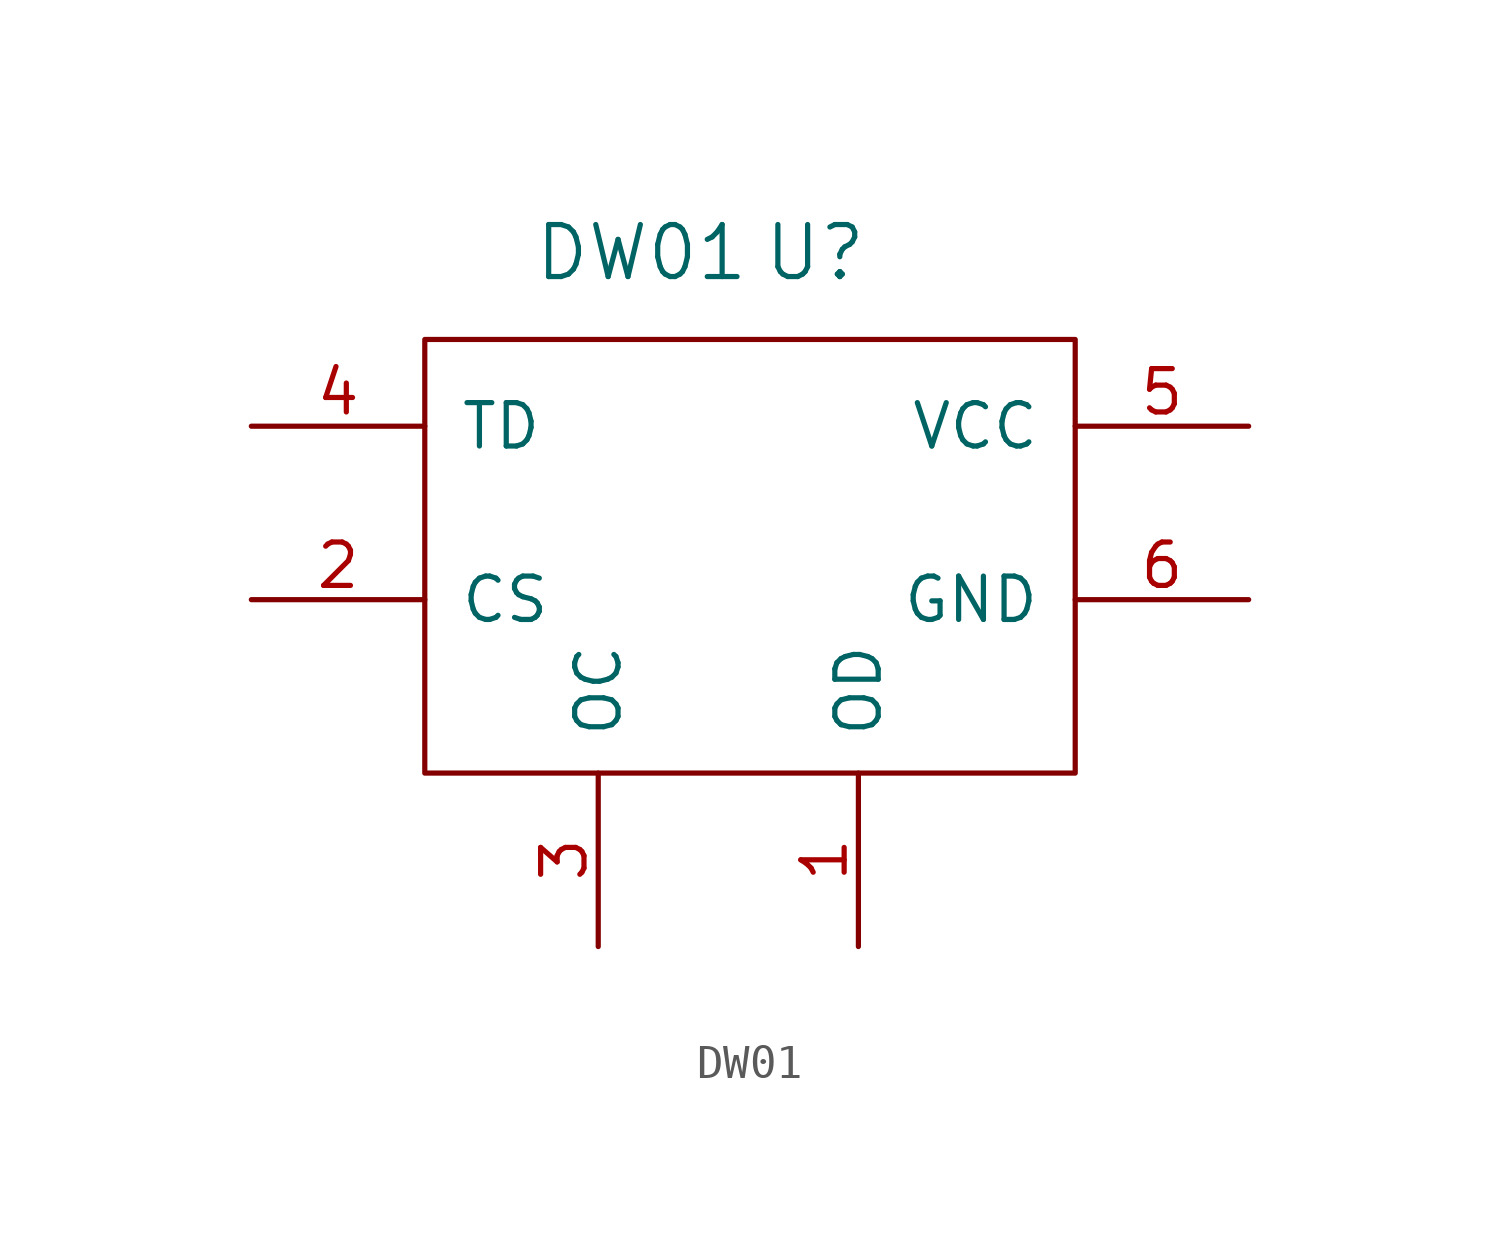
<source format=kicad_sym>
(kicad_symbol_lib
  (version 20211014)
  (generator kicad_symbol_editor)
  (symbol "DW01"
    (pin_names
      (offset 1.016))
    (property "Reference" "U"
      (at 2.54 8.89 0)
      (effects (font (size 1.524 1.524))))
    (property "Value" "DW01"
      (at -2.54 8.89 0)
      (effects (font (size 1.524 1.524))))
    (symbol "DW01_0_1"
      (rectangle (start -8.89 6.35) (end 10.16 -6.35) (stroke (width 0) (type default) (color 0 0 0 0)) (fill (type none))))
    (symbol "DW01_1_1"
      (pin input line (at 3.81 -11.43 90) (length 5.08) (name "OD" (effects (font (size 1.27 1.27)))) (number "1" (effects (font (size 1.27 1.27)))))
      (pin input line (at -13.97 -1.27 0) (length 5.08) (name "CS" (effects (font (size 1.27 1.27)))) (number "2" (effects (font (size 1.27 1.27)))))
      (pin input line (at -3.81 -11.43 90) (length 5.08) (name "OC" (effects (font (size 1.27 1.27)))) (number "3" (effects (font (size 1.27 1.27)))))
      (pin input line (at -13.97 3.81 0) (length 5.08) (name "TD" (effects (font (size 1.27 1.27)))) (number "4" (effects (font (size 1.27 1.27)))))
      (pin input line (at 15.24 3.81 180) (length 5.08) (name "VCC" (effects (font (size 1.27 1.27)))) (number "5" (effects (font (size 1.27 1.27)))))
      (pin input line (at 15.24 -1.27 180) (length 5.08) (name "GND" (effects (font (size 1.27 1.27)))) (number "6" (effects (font (size 1.27 1.27))))))))
</source>
